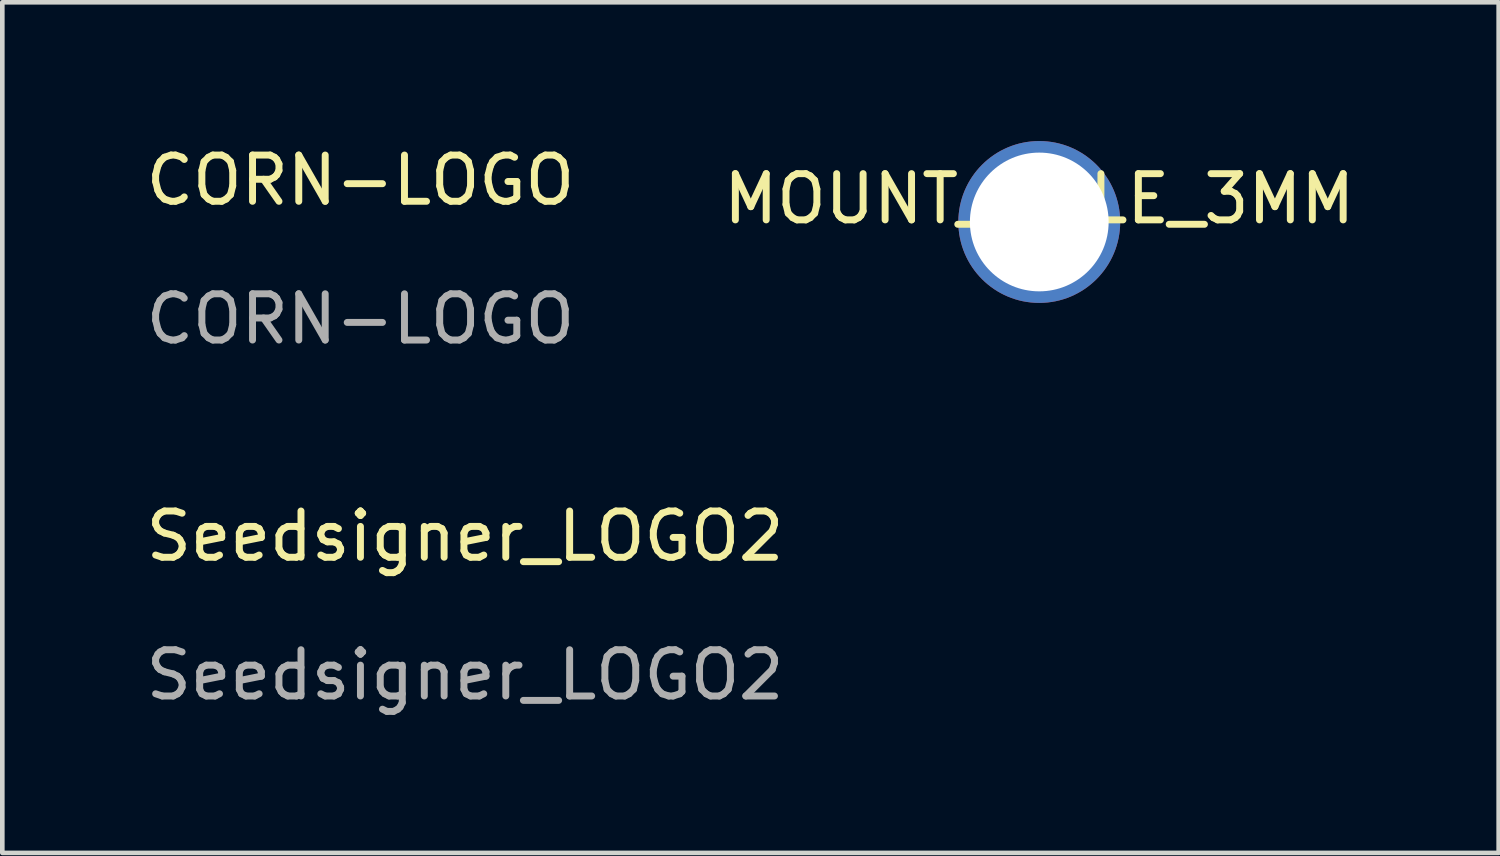
<source format=kicad_pcb>
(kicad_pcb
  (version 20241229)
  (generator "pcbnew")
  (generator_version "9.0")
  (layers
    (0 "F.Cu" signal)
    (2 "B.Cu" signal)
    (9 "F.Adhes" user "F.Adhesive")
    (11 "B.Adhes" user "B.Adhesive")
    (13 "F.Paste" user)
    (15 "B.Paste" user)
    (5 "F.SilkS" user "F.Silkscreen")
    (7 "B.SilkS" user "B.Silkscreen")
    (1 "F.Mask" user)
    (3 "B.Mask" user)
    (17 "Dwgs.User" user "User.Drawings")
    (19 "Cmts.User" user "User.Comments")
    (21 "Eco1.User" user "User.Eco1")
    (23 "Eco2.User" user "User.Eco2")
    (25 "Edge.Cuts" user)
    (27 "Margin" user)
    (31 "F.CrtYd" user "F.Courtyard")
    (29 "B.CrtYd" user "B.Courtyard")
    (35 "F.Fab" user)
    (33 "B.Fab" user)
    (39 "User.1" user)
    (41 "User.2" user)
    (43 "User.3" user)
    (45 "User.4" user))
  (footprint "Seedsigner_LOGO2"
    (layer "F.Cu")
    (at 7.006 9.045)
    (property "Reference" "Seedsigner_LOGO2" (at 0 -0.5 0) (unlocked yes) (layer "F.SilkS") (effects (font (size 1 1) (thickness 0.15))))
    (fp_text user "${REFERENCE}" (at 0 2.5 0) (unlocked yes) (layer "F.Fab") (effects (font (size 1 1) (thickness 0.15)))))
  (footprint "CORN-LOGO"
    (layer "F.Cu")
    (at 4.744 1.348)
    (property "Reference" "CORN-LOGO" (at 0 -0.5 0) (unlocked yes) (layer "F.SilkS") (effects (font (size 1 1) (thickness 0.15))))
    (fp_text user "${REFERENCE}" (at 0 2.5 0) (unlocked yes) (layer "F.Fab") (effects (font (size 1 1) (thickness 0.15)))))
  (footprint "MOUNT_HOLE_3MM"
    (layer "F.Cu")
    (at 19.423 1.75)
    (property "Reference" "MOUNT_HOLE_3MM" (at 0 -0.5 0) (unlocked yes) (layer "F.SilkS") (effects (font (size 1 1) (thickness 0.15))))
    (attr through_hole)
    (pad "" np_thru_hole circle (at 0 0) (size 3.5 3.5) (drill 3) (layers "*.Cu" "*.Mask")))
  (gr_rect
    (start -3 -3)
    (end 29.357 15.393)
    (stroke (width 0.1) (type default))
    (fill no)
    (layer "Edge.Cuts")))
</source>
